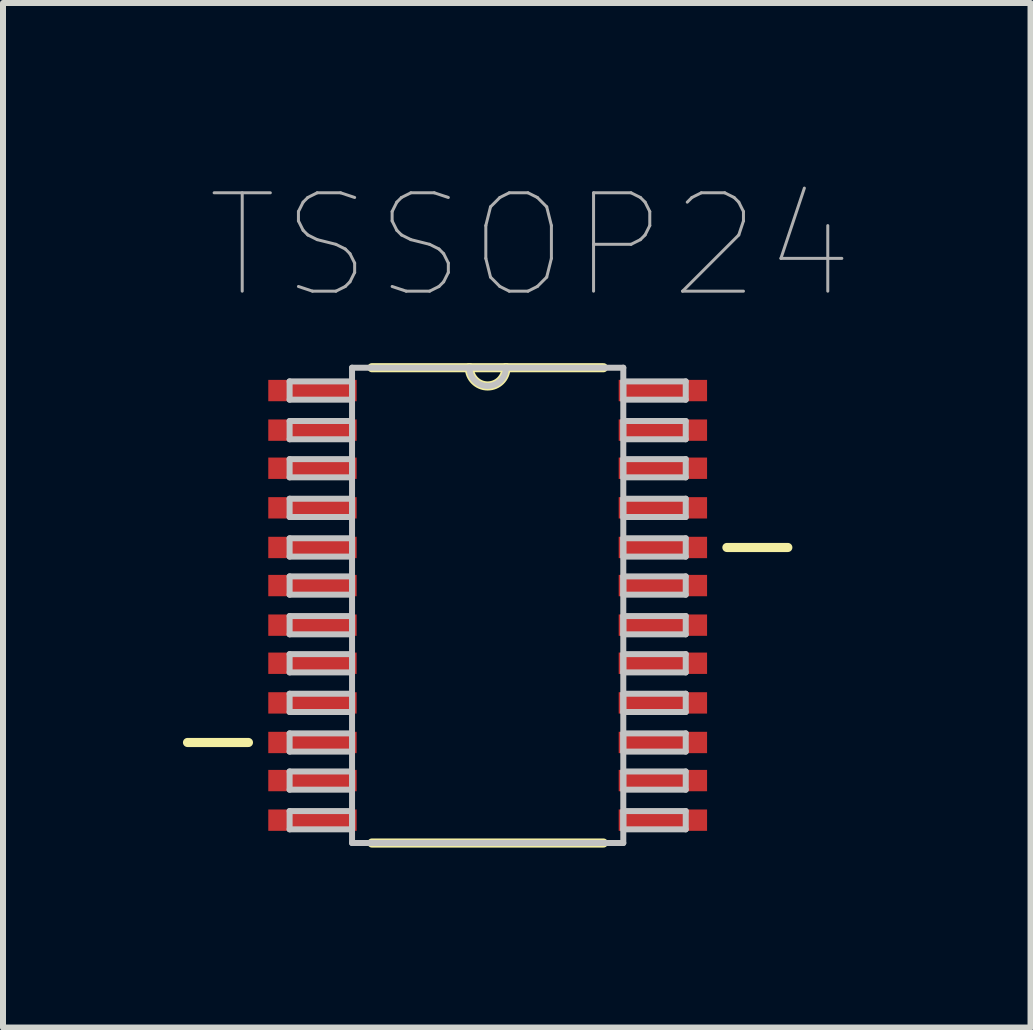
<source format=kicad_pcb>
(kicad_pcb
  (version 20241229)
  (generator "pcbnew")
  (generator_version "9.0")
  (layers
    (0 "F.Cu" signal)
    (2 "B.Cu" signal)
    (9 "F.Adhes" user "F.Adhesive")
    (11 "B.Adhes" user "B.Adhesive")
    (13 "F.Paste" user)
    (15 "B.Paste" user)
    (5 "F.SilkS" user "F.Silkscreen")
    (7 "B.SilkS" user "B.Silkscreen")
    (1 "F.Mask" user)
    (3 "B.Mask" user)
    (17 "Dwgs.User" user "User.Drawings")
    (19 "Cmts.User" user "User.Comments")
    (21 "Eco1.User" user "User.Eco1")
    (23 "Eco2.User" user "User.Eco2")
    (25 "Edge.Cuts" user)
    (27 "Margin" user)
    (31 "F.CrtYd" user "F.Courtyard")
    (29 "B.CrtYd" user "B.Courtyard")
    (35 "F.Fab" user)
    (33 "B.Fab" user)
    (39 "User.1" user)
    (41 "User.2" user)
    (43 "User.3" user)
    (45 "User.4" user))
  (footprint "TSSOP24"
    (layer "F.Cu")
    (at 5.08 7.042)
    (property "Reference" "TSSOP24" (at 0.711 -5.994 0) (layer "F.Fab") (effects (font (size 1.64 1.64) (thickness 0.05))))
    (attr smd)
    (fp_line (start -5.004 2.286) (end -3.988 2.286) (stroke (width 0.152) (type solid)) (layer "F.SilkS"))
    (fp_line (start -1.93 3.962) (end 1.93 3.962) (stroke (width 0.152) (type solid)) (layer "F.SilkS"))
    (fp_line (start -0.305 -3.962) (end -1.93 -3.962) (stroke (width 0.152) (type solid)) (layer "F.SilkS"))
    (fp_line (start 0.305 -3.962) (end -0.305 -3.962) (stroke (width 0.152) (type solid)) (layer "F.SilkS"))
    (fp_line (start 1.93 -3.962) (end 0.305 -3.962) (stroke (width 0.152) (type solid)) (layer "F.SilkS"))
    (fp_line (start 3.988 -0.965) (end 5.004 -0.965) (stroke (width 0.152) (type solid)) (layer "F.SilkS"))
    (fp_arc (start 0.3048 -3.9624) (mid 0 -3.6576) (end -0.3048 -3.9624) (stroke (width 0.1524) (type solid)) (layer "F.SilkS"))
    (fp_line (start -3.302 -3.734) (end -3.302 -3.429) (stroke (width 0.1) (type solid)) (layer "Dwgs.User"))
    (fp_line (start -3.302 -3.429) (end -2.261 -3.429) (stroke (width 0.1) (type solid)) (layer "Dwgs.User"))
    (fp_line (start -3.302 -3.073) (end -3.302 -2.769) (stroke (width 0.1) (type solid)) (layer "Dwgs.User"))
    (fp_line (start -3.302 -2.769) (end -2.261 -2.769) (stroke (width 0.1) (type solid)) (layer "Dwgs.User"))
    (fp_line (start -3.302 -2.438) (end -3.302 -2.134) (stroke (width 0.1) (type solid)) (layer "Dwgs.User"))
    (fp_line (start -3.302 -2.134) (end -2.261 -2.134) (stroke (width 0.1) (type solid)) (layer "Dwgs.User"))
    (fp_line (start -3.302 -1.778) (end -3.302 -1.473) (stroke (width 0.1) (type solid)) (layer "Dwgs.User"))
    (fp_line (start -3.302 -1.473) (end -2.261 -1.473) (stroke (width 0.1) (type solid)) (layer "Dwgs.User"))
    (fp_line (start -3.302 -1.118) (end -3.302 -0.813) (stroke (width 0.1) (type solid)) (layer "Dwgs.User"))
    (fp_line (start -3.302 -0.813) (end -2.261 -0.813) (stroke (width 0.1) (type solid)) (layer "Dwgs.User"))
    (fp_line (start -3.302 -0.483) (end -3.302 -0.178) (stroke (width 0.1) (type solid)) (layer "Dwgs.User"))
    (fp_line (start -3.302 -0.178) (end -2.261 -0.178) (stroke (width 0.1) (type solid)) (layer "Dwgs.User"))
    (fp_line (start -3.302 0.178) (end -3.302 0.483) (stroke (width 0.1) (type solid)) (layer "Dwgs.User"))
    (fp_line (start -3.302 0.483) (end -2.261 0.483) (stroke (width 0.1) (type solid)) (layer "Dwgs.User"))
    (fp_line (start -3.302 0.813) (end -3.302 1.118) (stroke (width 0.1) (type solid)) (layer "Dwgs.User"))
    (fp_line (start -3.302 1.118) (end -2.261 1.118) (stroke (width 0.1) (type solid)) (layer "Dwgs.User"))
    (fp_line (start -3.302 1.473) (end -3.302 1.778) (stroke (width 0.1) (type solid)) (layer "Dwgs.User"))
    (fp_line (start -3.302 1.778) (end -2.261 1.778) (stroke (width 0.1) (type solid)) (layer "Dwgs.User"))
    (fp_line (start -3.302 2.134) (end -3.302 2.438) (stroke (width 0.1) (type solid)) (layer "Dwgs.User"))
    (fp_line (start -3.302 2.438) (end -2.261 2.438) (stroke (width 0.1) (type solid)) (layer "Dwgs.User"))
    (fp_line (start -3.302 2.769) (end -3.302 3.073) (stroke (width 0.1) (type solid)) (layer "Dwgs.User"))
    (fp_line (start -3.302 3.073) (end -2.261 3.073) (stroke (width 0.1) (type solid)) (layer "Dwgs.User"))
    (fp_line (start -3.302 3.429) (end -3.302 3.734) (stroke (width 0.1) (type solid)) (layer "Dwgs.User"))
    (fp_line (start -3.302 3.734) (end -2.261 3.734) (stroke (width 0.1) (type solid)) (layer "Dwgs.User"))
    (fp_line (start -2.261 -3.962) (end -2.261 3.962) (stroke (width 0.1) (type solid)) (layer "Dwgs.User"))
    (fp_line (start -2.261 -3.734) (end -3.302 -3.734) (stroke (width 0.1) (type solid)) (layer "Dwgs.User"))
    (fp_line (start -2.261 -3.429) (end -2.261 -3.734) (stroke (width 0.1) (type solid)) (layer "Dwgs.User"))
    (fp_line (start -2.261 -3.073) (end -3.302 -3.073) (stroke (width 0.1) (type solid)) (layer "Dwgs.User"))
    (fp_line (start -2.261 -2.769) (end -2.261 -3.073) (stroke (width 0.1) (type solid)) (layer "Dwgs.User"))
    (fp_line (start -2.261 -2.438) (end -3.302 -2.438) (stroke (width 0.1) (type solid)) (layer "Dwgs.User"))
    (fp_line (start -2.261 -2.134) (end -2.261 -2.438) (stroke (width 0.1) (type solid)) (layer "Dwgs.User"))
    (fp_line (start -2.261 -1.778) (end -3.302 -1.778) (stroke (width 0.1) (type solid)) (layer "Dwgs.User"))
    (fp_line (start -2.261 -1.473) (end -2.261 -1.778) (stroke (width 0.1) (type solid)) (layer "Dwgs.User"))
    (fp_line (start -2.261 -1.118) (end -3.302 -1.118) (stroke (width 0.1) (type solid)) (layer "Dwgs.User"))
    (fp_line (start -2.261 -0.813) (end -2.261 -1.118) (stroke (width 0.1) (type solid)) (layer "Dwgs.User"))
    (fp_line (start -2.261 -0.483) (end -3.302 -0.483) (stroke (width 0.1) (type solid)) (layer "Dwgs.User"))
    (fp_line (start -2.261 -0.178) (end -2.261 -0.483) (stroke (width 0.1) (type solid)) (layer "Dwgs.User"))
    (fp_line (start -2.261 0.178) (end -3.302 0.178) (stroke (width 0.1) (type solid)) (layer "Dwgs.User"))
    (fp_line (start -2.261 0.483) (end -2.261 0.178) (stroke (width 0.1) (type solid)) (layer "Dwgs.User"))
    (fp_line (start -2.261 0.813) (end -3.302 0.813) (stroke (width 0.1) (type solid)) (layer "Dwgs.User"))
    (fp_line (start -2.261 1.118) (end -2.261 0.813) (stroke (width 0.1) (type solid)) (layer "Dwgs.User"))
    (fp_line (start -2.261 1.473) (end -3.302 1.473) (stroke (width 0.1) (type solid)) (layer "Dwgs.User"))
    (fp_line (start -2.261 1.778) (end -2.261 1.473) (stroke (width 0.1) (type solid)) (layer "Dwgs.User"))
    (fp_line (start -2.261 2.134) (end -3.302 2.134) (stroke (width 0.1) (type solid)) (layer "Dwgs.User"))
    (fp_line (start -2.261 2.438) (end -2.261 2.134) (stroke (width 0.1) (type solid)) (layer "Dwgs.User"))
    (fp_line (start -2.261 2.769) (end -3.302 2.769) (stroke (width 0.1) (type solid)) (layer "Dwgs.User"))
    (fp_line (start -2.261 3.073) (end -2.261 2.769) (stroke (width 0.1) (type solid)) (layer "Dwgs.User"))
    (fp_line (start -2.261 3.429) (end -3.302 3.429) (stroke (width 0.1) (type solid)) (layer "Dwgs.User"))
    (fp_line (start -2.261 3.734) (end -2.261 3.429) (stroke (width 0.1) (type solid)) (layer "Dwgs.User"))
    (fp_line (start -2.261 3.962) (end 2.261 3.962) (stroke (width 0.1) (type solid)) (layer "Dwgs.User"))
    (fp_line (start -0.305 -3.962) (end -2.261 -3.962) (stroke (width 0.1) (type solid)) (layer "Dwgs.User"))
    (fp_line (start 0.305 -3.962) (end -0.305 -3.962) (stroke (width 0.1) (type solid)) (layer "Dwgs.User"))
    (fp_line (start 2.261 -3.962) (end 0.305 -3.962) (stroke (width 0.1) (type solid)) (layer "Dwgs.User"))
    (fp_line (start 2.261 -3.734) (end 2.261 -3.429) (stroke (width 0.1) (type solid)) (layer "Dwgs.User"))
    (fp_line (start 2.261 -3.429) (end 3.302 -3.429) (stroke (width 0.1) (type solid)) (layer "Dwgs.User"))
    (fp_line (start 2.261 -3.073) (end 2.261 -2.769) (stroke (width 0.1) (type solid)) (layer "Dwgs.User"))
    (fp_line (start 2.261 -2.769) (end 3.302 -2.769) (stroke (width 0.1) (type solid)) (layer "Dwgs.User"))
    (fp_line (start 2.261 -2.438) (end 2.261 -2.134) (stroke (width 0.1) (type solid)) (layer "Dwgs.User"))
    (fp_line (start 2.261 -2.134) (end 3.302 -2.134) (stroke (width 0.1) (type solid)) (layer "Dwgs.User"))
    (fp_line (start 2.261 -1.778) (end 2.261 -1.473) (stroke (width 0.1) (type solid)) (layer "Dwgs.User"))
    (fp_line (start 2.261 -1.473) (end 3.302 -1.473) (stroke (width 0.1) (type solid)) (layer "Dwgs.User"))
    (fp_line (start 2.261 -1.118) (end 2.261 -0.813) (stroke (width 0.1) (type solid)) (layer "Dwgs.User"))
    (fp_line (start 2.261 -0.813) (end 3.302 -0.813) (stroke (width 0.1) (type solid)) (layer "Dwgs.User"))
    (fp_line (start 2.261 -0.483) (end 2.261 -0.178) (stroke (width 0.1) (type solid)) (layer "Dwgs.User"))
    (fp_line (start 2.261 -0.178) (end 3.302 -0.178) (stroke (width 0.1) (type solid)) (layer "Dwgs.User"))
    (fp_line (start 2.261 0.178) (end 2.261 0.483) (stroke (width 0.1) (type solid)) (layer "Dwgs.User"))
    (fp_line (start 2.261 0.483) (end 3.302 0.483) (stroke (width 0.1) (type solid)) (layer "Dwgs.User"))
    (fp_line (start 2.261 0.813) (end 2.261 1.118) (stroke (width 0.1) (type solid)) (layer "Dwgs.User"))
    (fp_line (start 2.261 1.118) (end 3.302 1.118) (stroke (width 0.1) (type solid)) (layer "Dwgs.User"))
    (fp_line (start 2.261 1.473) (end 2.261 1.778) (stroke (width 0.1) (type solid)) (layer "Dwgs.User"))
    (fp_line (start 2.261 1.778) (end 3.302 1.778) (stroke (width 0.1) (type solid)) (layer "Dwgs.User"))
    (fp_line (start 2.261 2.134) (end 2.261 2.438) (stroke (width 0.1) (type solid)) (layer "Dwgs.User"))
    (fp_line (start 2.261 2.438) (end 3.302 2.438) (stroke (width 0.1) (type solid)) (layer "Dwgs.User"))
    (fp_line (start 2.261 2.769) (end 2.261 3.073) (stroke (width 0.1) (type solid)) (layer "Dwgs.User"))
    (fp_line (start 2.261 3.073) (end 3.302 3.073) (stroke (width 0.1) (type solid)) (layer "Dwgs.User"))
    (fp_line (start 2.261 3.429) (end 2.261 3.734) (stroke (width 0.1) (type solid)) (layer "Dwgs.User"))
    (fp_line (start 2.261 3.734) (end 3.302 3.734) (stroke (width 0.1) (type solid)) (layer "Dwgs.User"))
    (fp_line (start 2.261 3.962) (end 2.261 -3.962) (stroke (width 0.1) (type solid)) (layer "Dwgs.User"))
    (fp_line (start 3.302 -3.734) (end 2.261 -3.734) (stroke (width 0.1) (type solid)) (layer "Dwgs.User"))
    (fp_line (start 3.302 -3.429) (end 3.302 -3.734) (stroke (width 0.1) (type solid)) (layer "Dwgs.User"))
    (fp_line (start 3.302 -3.073) (end 2.261 -3.073) (stroke (width 0.1) (type solid)) (layer "Dwgs.User"))
    (fp_line (start 3.302 -2.769) (end 3.302 -3.073) (stroke (width 0.1) (type solid)) (layer "Dwgs.User"))
    (fp_line (start 3.302 -2.438) (end 2.261 -2.438) (stroke (width 0.1) (type solid)) (layer "Dwgs.User"))
    (fp_line (start 3.302 -2.134) (end 3.302 -2.438) (stroke (width 0.1) (type solid)) (layer "Dwgs.User"))
    (fp_line (start 3.302 -1.778) (end 2.261 -1.778) (stroke (width 0.1) (type solid)) (layer "Dwgs.User"))
    (fp_line (start 3.302 -1.473) (end 3.302 -1.778) (stroke (width 0.1) (type solid)) (layer "Dwgs.User"))
    (fp_line (start 3.302 -1.118) (end 2.261 -1.118) (stroke (width 0.1) (type solid)) (layer "Dwgs.User"))
    (fp_line (start 3.302 -0.813) (end 3.302 -1.118) (stroke (width 0.1) (type solid)) (layer "Dwgs.User"))
    (fp_line (start 3.302 -0.483) (end 2.261 -0.483) (stroke (width 0.1) (type solid)) (layer "Dwgs.User"))
    (fp_line (start 3.302 -0.178) (end 3.302 -0.483) (stroke (width 0.1) (type solid)) (layer "Dwgs.User"))
    (fp_line (start 3.302 0.178) (end 2.261 0.178) (stroke (width 0.1) (type solid)) (layer "Dwgs.User"))
    (fp_line (start 3.302 0.483) (end 3.302 0.178) (stroke (width 0.1) (type solid)) (layer "Dwgs.User"))
    (fp_line (start 3.302 0.813) (end 2.261 0.813) (stroke (width 0.1) (type solid)) (layer "Dwgs.User"))
    (fp_line (start 3.302 1.118) (end 3.302 0.813) (stroke (width 0.1) (type solid)) (layer "Dwgs.User"))
    (fp_line (start 3.302 1.473) (end 2.261 1.473) (stroke (width 0.1) (type solid)) (layer "Dwgs.User"))
    (fp_line (start 3.302 1.778) (end 3.302 1.473) (stroke (width 0.1) (type solid)) (layer "Dwgs.User"))
    (fp_line (start 3.302 2.134) (end 2.261 2.134) (stroke (width 0.1) (type solid)) (layer "Dwgs.User"))
    (fp_line (start 3.302 2.438) (end 3.302 2.134) (stroke (width 0.1) (type solid)) (layer "Dwgs.User"))
    (fp_line (start 3.302 2.769) (end 2.261 2.769) (stroke (width 0.1) (type solid)) (layer "Dwgs.User"))
    (fp_line (start 3.302 3.073) (end 3.302 2.769) (stroke (width 0.1) (type solid)) (layer "Dwgs.User"))
    (fp_line (start 3.302 3.429) (end 2.261 3.429) (stroke (width 0.1) (type solid)) (layer "Dwgs.User"))
    (fp_line (start 3.302 3.734) (end 3.302 3.429) (stroke (width 0.1) (type solid)) (layer "Dwgs.User"))
    (fp_arc (start 0.3048 -3.9624) (mid 0 -3.6576) (end -0.3048 -3.9624) (stroke (width 0.1) (type solid)) (layer "Dwgs.User"))
    (pad "1" smd rect (at -2.921 -3.581) (size 1.473 0.356) (layers "F.Cu" "F.Mask" "F.Paste"))
    (pad "2" smd rect (at -2.921 -2.921) (size 1.473 0.356) (layers "F.Cu" "F.Mask" "F.Paste"))
    (pad "3" smd rect (at -2.921 -2.286) (size 1.473 0.356) (layers "F.Cu" "F.Mask" "F.Paste"))
    (pad "4" smd rect (at -2.921 -1.626) (size 1.473 0.356) (layers "F.Cu" "F.Mask" "F.Paste"))
    (pad "5" smd rect (at -2.921 -0.965) (size 1.473 0.356) (layers "F.Cu" "F.Mask" "F.Paste"))
    (pad "6" smd rect (at -2.921 -0.33) (size 1.473 0.356) (layers "F.Cu" "F.Mask" "F.Paste"))
    (pad "7" smd rect (at -2.921 0.33) (size 1.473 0.356) (layers "F.Cu" "F.Mask" "F.Paste"))
    (pad "8" smd rect (at -2.921 0.965) (size 1.473 0.356) (layers "F.Cu" "F.Mask" "F.Paste"))
    (pad "9" smd rect (at -2.921 1.626) (size 1.473 0.356) (layers "F.Cu" "F.Mask" "F.Paste"))
    (pad "10" smd rect (at -2.921 2.286) (size 1.473 0.356) (layers "F.Cu" "F.Mask" "F.Paste"))
    (pad "11" smd rect (at -2.921 2.921) (size 1.473 0.356) (layers "F.Cu" "F.Mask" "F.Paste"))
    (pad "12" smd rect (at -2.921 3.581) (size 1.473 0.356) (layers "F.Cu" "F.Mask" "F.Paste"))
    (pad "13" smd rect (at 2.921 3.581) (size 1.473 0.356) (layers "F.Cu" "F.Mask" "F.Paste"))
    (pad "14" smd rect (at 2.921 2.921) (size 1.473 0.356) (layers "F.Cu" "F.Mask" "F.Paste"))
    (pad "15" smd rect (at 2.921 2.286) (size 1.473 0.356) (layers "F.Cu" "F.Mask" "F.Paste"))
    (pad "16" smd rect (at 2.921 1.626) (size 1.473 0.356) (layers "F.Cu" "F.Mask" "F.Paste"))
    (pad "17" smd rect (at 2.921 0.965) (size 1.473 0.356) (layers "F.Cu" "F.Mask" "F.Paste"))
    (pad "18" smd rect (at 2.921 0.33) (size 1.473 0.356) (layers "F.Cu" "F.Mask" "F.Paste"))
    (pad "19" smd rect (at 2.921 -0.33) (size 1.473 0.356) (layers "F.Cu" "F.Mask" "F.Paste"))
    (pad "20" smd rect (at 2.921 -0.965) (size 1.473 0.356) (layers "F.Cu" "F.Mask" "F.Paste"))
    (pad "21" smd rect (at 2.921 -1.626) (size 1.473 0.356) (layers "F.Cu" "F.Mask" "F.Paste"))
    (pad "22" smd rect (at 2.921 -2.286) (size 1.473 0.356) (layers "F.Cu" "F.Mask" "F.Paste"))
    (pad "23" smd rect (at 2.921 -2.921) (size 1.473 0.356) (layers "F.Cu" "F.Mask" "F.Paste"))
    (pad "24" smd rect (at 2.921 -3.581) (size 1.473 0.356) (layers "F.Cu" "F.Mask" "F.Paste")))
  (gr_rect
    (start -3 -3)
    (end 14.13 14.08)
    (stroke (width 0.1) (type default))
    (fill no)
    (layer "Edge.Cuts")))
</source>
